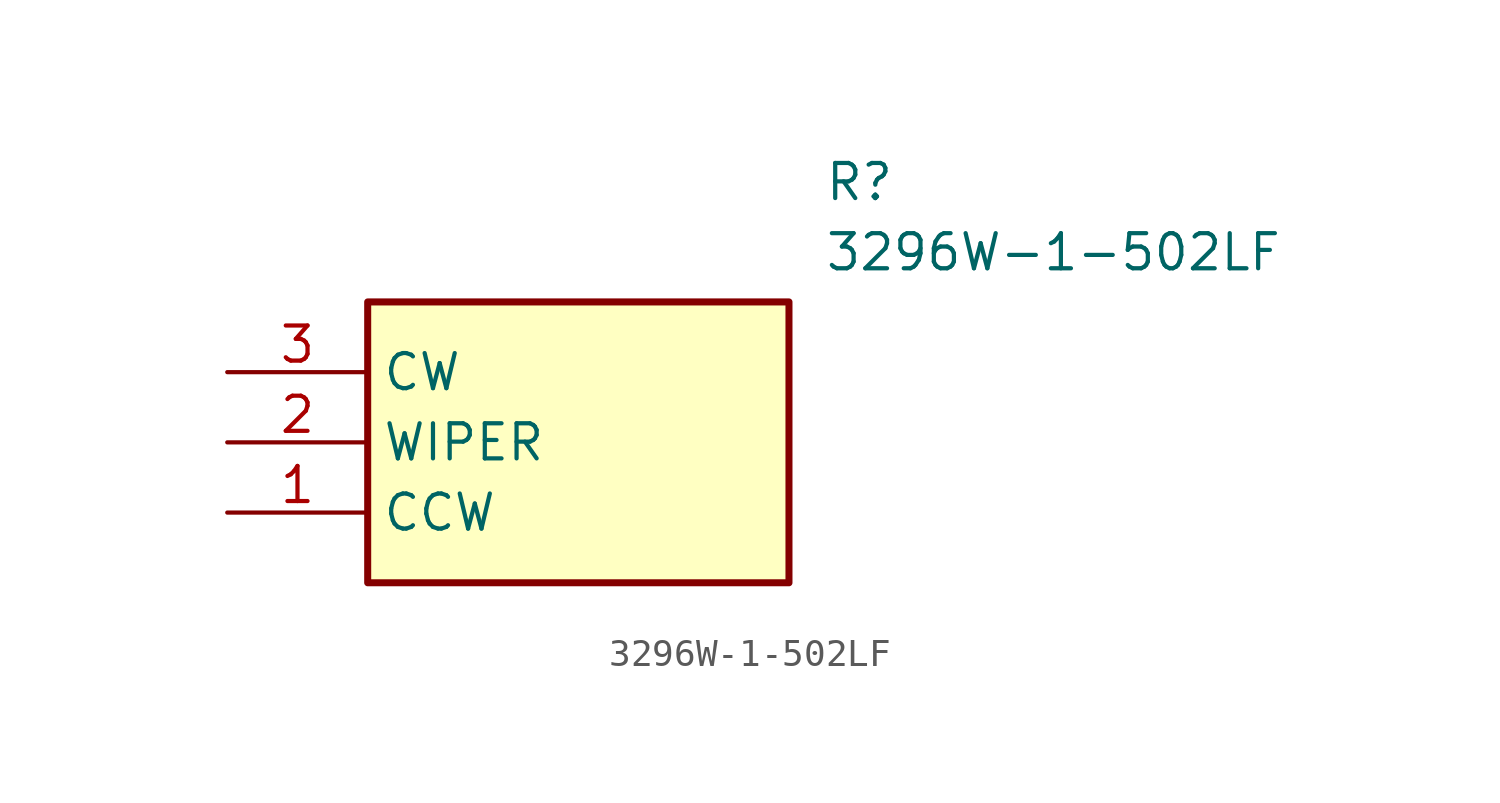
<source format=kicad_sym>
(kicad_symbol_lib
  (version 20211014)
  (generator SamacSys_ECAD_Model)
  (symbol "3296W-1-502LF"
    (property "Reference" "R"
      (at 21.59 7.62 0)
      (effects (font (size 1.27 1.27)) (justify left top)))
    (property "Value" "3296W-1-502LF"
      (at 21.59 5.08 0)
      (effects (font (size 1.27 1.27)) (justify left top)))
    (rectangle
      (start 5.08 2.54)
      (end 20.32 -7.62)
      (stroke (width 0.254) (type default))
      (fill (type background)))
    (pin passive line
      (at 0 -5.08 0)
      (length 5.08)
      (name "CCW" (effects (font (size 1.27 1.27))))
      (number "1" (effects (font (size 1.27 1.27)))))
    (pin passive line
      (at 0 -2.54 0)
      (length 5.08)
      (name "WIPER" (effects (font (size 1.27 1.27))))
      (number "2" (effects (font (size 1.27 1.27)))))
    (pin passive line
      (at 0 0 0)
      (length 5.08)
      (name "CW" (effects (font (size 1.27 1.27))))
      (number "3" (effects (font (size 1.27 1.27)))))))
</source>
